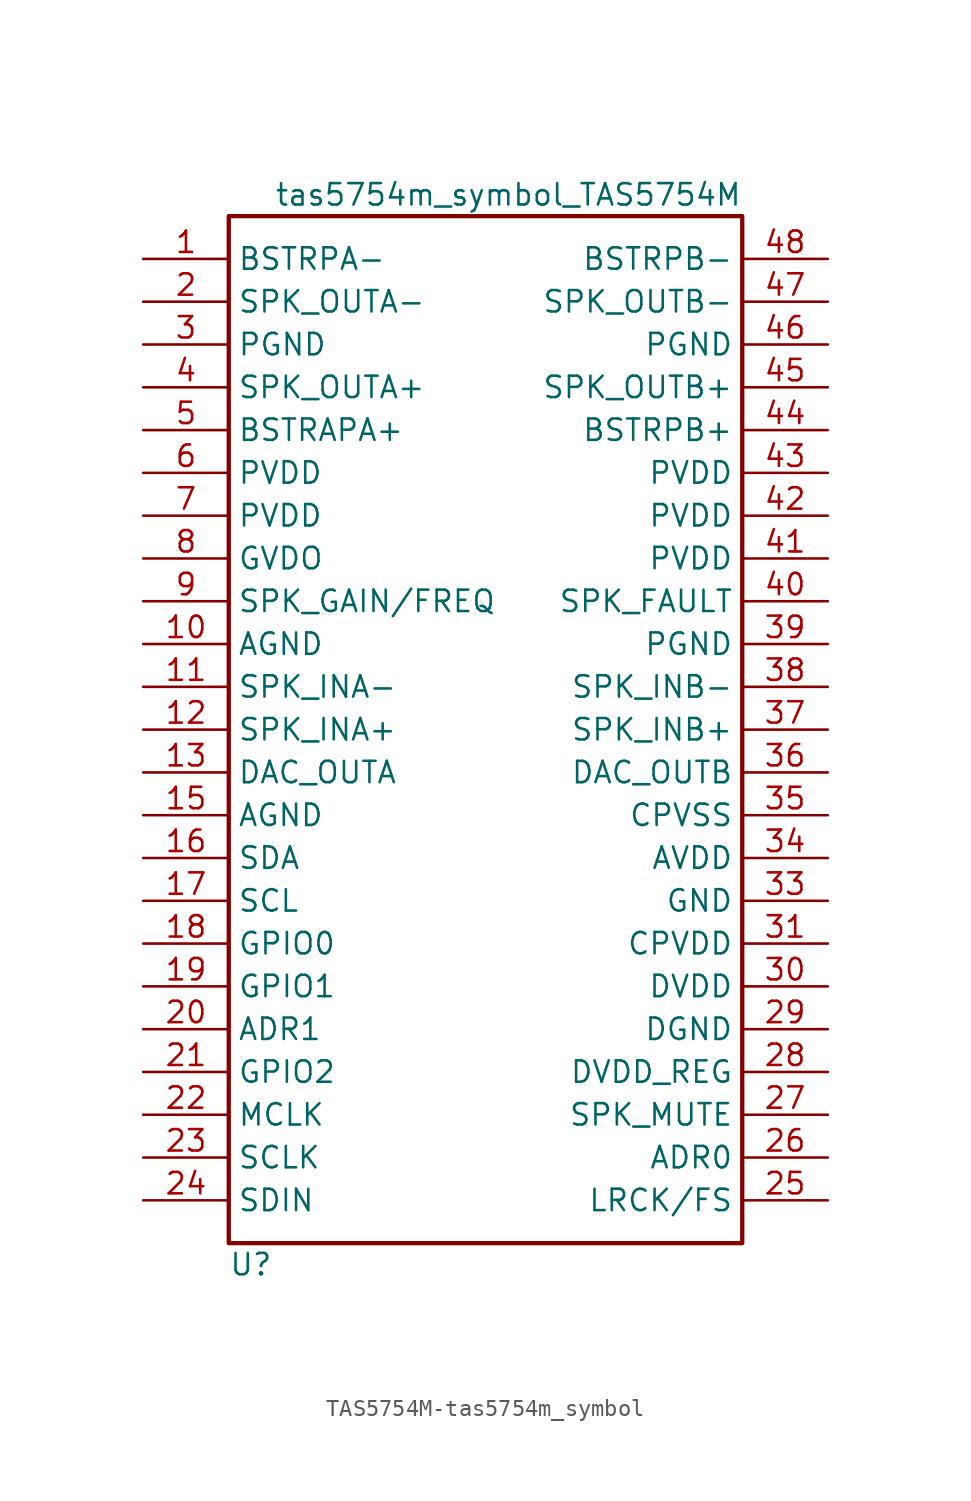
<source format=kicad_sym>
(kicad_symbol_lib
  (version 20231120)
  (generator "kicad_symbol_editor")
  (generator_version "8.0")
  (symbol "TAS5754M-tas5754m_symbol"
    (property "Reference" "U"
      (at -15.24 -31.75 0)
      (effects (font (size 1.27 1.27)) (justify left)))
    (property "Value" "tas5754m_symbol_TAS5754M"
      (at 15.24 31.75 0)
      (effects (font (size 1.27 1.27)) (justify right)))
    (symbol "TAS5754M-tas5754m_symbol_0_0"
      (rectangle (start -15.24 30.48) (end 15.24 -30.48) (stroke (width 0.254) (type solid)) (fill (type none))))
    (symbol "TAS5754M-tas5754m_symbol_1_1"
      (pin power_in line (at -20.32 27.94 0) (length 5.08) (name "BSTRPA-" (effects (font (size 1.27 1.27)))) (number "1" (effects (font (size 1.27 1.27)))))
      (pin power_in line (at -20.32 5.08 0) (length 5.08) (name "AGND" (effects (font (size 1.27 1.27)))) (number "10" (effects (font (size 1.27 1.27)))))
      (pin input line (at -20.32 2.54 0) (length 5.08) (name "SPK_INA-" (effects (font (size 1.27 1.27)))) (number "11" (effects (font (size 1.27 1.27)))))
      (pin input line (at -20.32 0 0) (length 5.08) (name "SPK_INA+" (effects (font (size 1.27 1.27)))) (number "12" (effects (font (size 1.27 1.27)))))
      (pin output line (at -20.32 -2.54 0) (length 5.08) (name "DAC_OUTA" (effects (font (size 1.27 1.27)))) (number "13" (effects (font (size 1.27 1.27)))))
      (pin power_in line (at -20.32 -5.08 0) (length 5.08) (name "AGND" (effects (font (size 1.27 1.27)))) (number "15" (effects (font (size 1.27 1.27)))))
      (pin tri_state line (at -20.32 -7.62 0) (length 5.08) (name "SDA" (effects (font (size 1.27 1.27)))) (number "16" (effects (font (size 1.27 1.27)))))
      (pin input line (at -20.32 -10.16 0) (length 5.08) (name "SCL" (effects (font (size 1.27 1.27)))) (number "17" (effects (font (size 1.27 1.27)))))
      (pin input line (at -20.32 -12.7 0) (length 5.08) (name "GPIO0" (effects (font (size 1.27 1.27)))) (number "18" (effects (font (size 1.27 1.27)))))
      (pin input line (at -20.32 -15.24 0) (length 5.08) (name "GPIO1" (effects (font (size 1.27 1.27)))) (number "19" (effects (font (size 1.27 1.27)))))
      (pin bidirectional line (at -20.32 25.4 0) (length 5.08) (name "SPK_OUTA-" (effects (font (size 1.27 1.27)))) (number "2" (effects (font (size 1.27 1.27)))))
      (pin input line (at -20.32 -17.78 0) (length 5.08) (name "ADR1" (effects (font (size 1.27 1.27)))) (number "20" (effects (font (size 1.27 1.27)))))
      (pin input line (at -20.32 -20.32 0) (length 5.08) (name "GPIO2" (effects (font (size 1.27 1.27)))) (number "21" (effects (font (size 1.27 1.27)))))
      (pin tri_state line (at -20.32 -22.86 0) (length 5.08) (name "MCLK" (effects (font (size 1.27 1.27)))) (number "22" (effects (font (size 1.27 1.27)))))
      (pin bidirectional line (at -20.32 -25.4 0) (length 5.08) (name "SCLK" (effects (font (size 1.27 1.27)))) (number "23" (effects (font (size 1.27 1.27)))))
      (pin input line (at -20.32 -27.94 0) (length 5.08) (name "SDIN" (effects (font (size 1.27 1.27)))) (number "24" (effects (font (size 1.27 1.27)))))
      (pin bidirectional line (at 20.32 -27.94 180) (length 5.08) (name "LRCK/FS" (effects (font (size 1.27 1.27)))) (number "25" (effects (font (size 1.27 1.27)))))
      (pin input line (at 20.32 -25.4 180) (length 5.08) (name "ADR0" (effects (font (size 1.27 1.27)))) (number "26" (effects (font (size 1.27 1.27)))))
      (pin input line (at 20.32 -22.86 180) (length 5.08) (name "SPK_MUTE" (effects (font (size 1.27 1.27)))) (number "27" (effects (font (size 1.27 1.27)))))
      (pin input line (at 20.32 -20.32 180) (length 5.08) (name "DVDD_REG" (effects (font (size 1.27 1.27)))) (number "28" (effects (font (size 1.27 1.27)))))
      (pin power_in line (at 20.32 -17.78 180) (length 5.08) (name "DGND" (effects (font (size 1.27 1.27)))) (number "29" (effects (font (size 1.27 1.27)))))
      (pin power_in line (at -20.32 22.86 0) (length 5.08) (name "PGND" (effects (font (size 1.27 1.27)))) (number "3" (effects (font (size 1.27 1.27)))))
      (pin power_in line (at 20.32 -15.24 180) (length 5.08) (name "DVDD" (effects (font (size 1.27 1.27)))) (number "30" (effects (font (size 1.27 1.27)))))
      (pin power_in line (at 20.32 -12.7 180) (length 5.08) (name "CPVDD" (effects (font (size 1.27 1.27)))) (number "31" (effects (font (size 1.27 1.27)))))
      (pin power_in line (at 20.32 -10.16 180) (length 5.08) (name "GND" (effects (font (size 1.27 1.27)))) (number "33" (effects (font (size 1.27 1.27)))))
      (pin power_in line (at 20.32 -7.62 180) (length 5.08) (name "AVDD" (effects (font (size 1.27 1.27)))) (number "34" (effects (font (size 1.27 1.27)))))
      (pin power_in line (at 20.32 -5.08 180) (length 5.08) (name "CPVSS" (effects (font (size 1.27 1.27)))) (number "35" (effects (font (size 1.27 1.27)))))
      (pin output line (at 20.32 -2.54 180) (length 5.08) (name "DAC_OUTB" (effects (font (size 1.27 1.27)))) (number "36" (effects (font (size 1.27 1.27)))))
      (pin input line (at 20.32 0 180) (length 5.08) (name "SPK_INB+" (effects (font (size 1.27 1.27)))) (number "37" (effects (font (size 1.27 1.27)))))
      (pin input line (at 20.32 2.54 180) (length 5.08) (name "SPK_INB-" (effects (font (size 1.27 1.27)))) (number "38" (effects (font (size 1.27 1.27)))))
      (pin power_in line (at 20.32 5.08 180) (length 5.08) (name "PGND" (effects (font (size 1.27 1.27)))) (number "39" (effects (font (size 1.27 1.27)))))
      (pin output line (at -20.32 20.32 0) (length 5.08) (name "SPK_OUTA+" (effects (font (size 1.27 1.27)))) (number "4" (effects (font (size 1.27 1.27)))))
      (pin output line (at 20.32 7.62 180) (length 5.08) (name "SPK_FAULT" (effects (font (size 1.27 1.27)))) (number "40" (effects (font (size 1.27 1.27)))))
      (pin power_in line (at 20.32 10.16 180) (length 5.08) (name "PVDD" (effects (font (size 1.27 1.27)))) (number "41" (effects (font (size 1.27 1.27)))))
      (pin power_in line (at 20.32 12.7 180) (length 5.08) (name "PVDD" (effects (font (size 1.27 1.27)))) (number "42" (effects (font (size 1.27 1.27)))))
      (pin power_in line (at 20.32 15.24 180) (length 5.08) (name "PVDD" (effects (font (size 1.27 1.27)))) (number "43" (effects (font (size 1.27 1.27)))))
      (pin passive line (at 20.32 17.78 180) (length 5.08) (name "BSTRPB+" (effects (font (size 1.27 1.27)))) (number "44" (effects (font (size 1.27 1.27)))))
      (pin output line (at 20.32 20.32 180) (length 5.08) (name "SPK_OUTB+" (effects (font (size 1.27 1.27)))) (number "45" (effects (font (size 1.27 1.27)))))
      (pin power_in line (at 20.32 22.86 180) (length 5.08) (name "PGND" (effects (font (size 1.27 1.27)))) (number "46" (effects (font (size 1.27 1.27)))))
      (pin output line (at 20.32 25.4 180) (length 5.08) (name "SPK_OUTB-" (effects (font (size 1.27 1.27)))) (number "47" (effects (font (size 1.27 1.27)))))
      (pin power_in line (at 20.32 27.94 180) (length 5.08) (name "BSTRPB-" (effects (font (size 1.27 1.27)))) (number "48" (effects (font (size 1.27 1.27)))))
      (pin power_in line (at -20.32 17.78 0) (length 5.08) (name "BSTRAPA+" (effects (font (size 1.27 1.27)))) (number "5" (effects (font (size 1.27 1.27)))))
      (pin power_in line (at -20.32 15.24 0) (length 5.08) (name "PVDD" (effects (font (size 1.27 1.27)))) (number "6" (effects (font (size 1.27 1.27)))))
      (pin power_in line (at -20.32 12.7 0) (length 5.08) (name "PVDD" (effects (font (size 1.27 1.27)))) (number "7" (effects (font (size 1.27 1.27)))))
      (pin input line (at -20.32 10.16 0) (length 5.08) (name "GVDO" (effects (font (size 1.27 1.27)))) (number "8" (effects (font (size 1.27 1.27)))))
      (pin input line (at -20.32 7.62 0) (length 5.08) (name "SPK_GAIN/FREQ" (effects (font (size 1.27 1.27)))) (number "9" (effects (font (size 1.27 1.27))))))))
</source>
